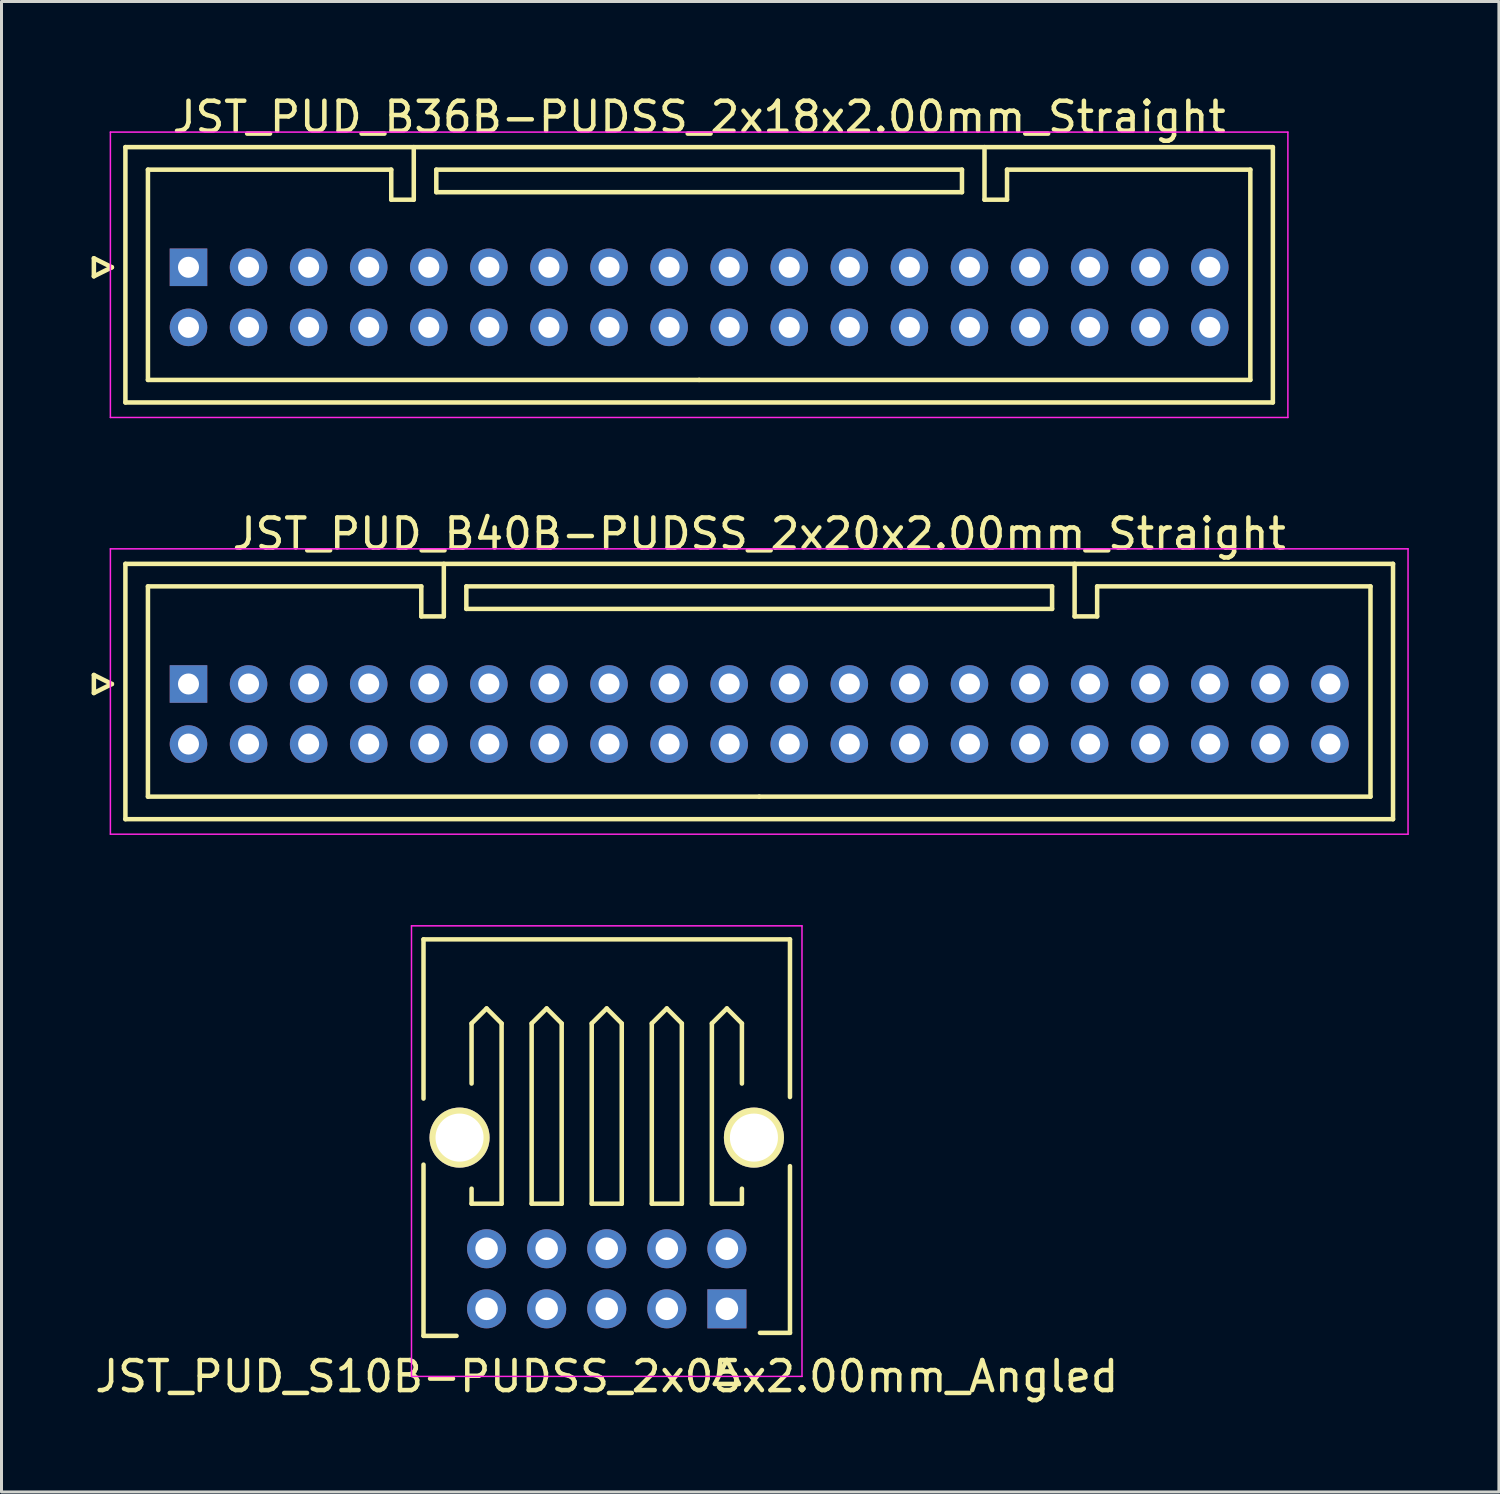
<source format=kicad_pcb>
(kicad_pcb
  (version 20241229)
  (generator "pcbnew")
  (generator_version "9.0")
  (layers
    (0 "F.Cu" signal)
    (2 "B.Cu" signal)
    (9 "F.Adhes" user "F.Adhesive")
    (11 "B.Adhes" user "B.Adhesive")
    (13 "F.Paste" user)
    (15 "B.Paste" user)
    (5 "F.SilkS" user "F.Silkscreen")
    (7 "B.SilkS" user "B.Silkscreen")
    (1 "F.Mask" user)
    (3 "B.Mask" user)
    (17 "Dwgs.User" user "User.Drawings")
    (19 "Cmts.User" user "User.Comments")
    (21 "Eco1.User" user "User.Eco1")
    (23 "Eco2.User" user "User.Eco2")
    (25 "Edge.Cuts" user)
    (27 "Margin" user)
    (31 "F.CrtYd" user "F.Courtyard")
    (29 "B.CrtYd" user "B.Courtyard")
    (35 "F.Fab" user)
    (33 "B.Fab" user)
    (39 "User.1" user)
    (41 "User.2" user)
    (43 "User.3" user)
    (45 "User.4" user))
  (footprint "JST_PUD_B40B-PUDSS_2x20x2.00mm_Straight"
    (layer "F.Cu")
    (at 3.225 19.721)
    (property "Reference" "JST_PUD_B40B-PUDSS_2x20x2.00mm_Straight" (at 19 -5 0) (layer "F.SilkS") (effects (font (size 1 1) (thickness 0.15))))
    (attr through_hole)
    (fp_line (start -3.15 -0.3) (end -3.15 0.3) (stroke (width 0.15) (type solid)) (layer "F.SilkS"))
    (fp_line (start -3.15 0.3) (end -2.55 0) (stroke (width 0.15) (type solid)) (layer "F.SilkS"))
    (fp_line (start -2.55 0) (end -3.15 -0.3) (stroke (width 0.15) (type solid)) (layer "F.SilkS"))
    (fp_line (start -2.1 -4) (end -2.1 4.5) (stroke (width 0.15) (type solid)) (layer "F.SilkS"))
    (fp_line (start -2.1 4.5) (end 40.1 4.5) (stroke (width 0.15) (type solid)) (layer "F.SilkS"))
    (fp_line (start -1.35 -3.25) (end -1.35 3.75) (stroke (width 0.15) (type solid)) (layer "F.SilkS"))
    (fp_line (start -1.35 3.75) (end 19 3.75) (stroke (width 0.15) (type solid)) (layer "F.SilkS"))
    (fp_line (start 7.75 -3.25) (end -1.35 -3.25) (stroke (width 0.15) (type solid)) (layer "F.SilkS"))
    (fp_line (start 7.75 -2.25) (end 7.75 -3.25) (stroke (width 0.15) (type solid)) (layer "F.SilkS"))
    (fp_line (start 8.5 -4) (end 8.5 -2.25) (stroke (width 0.15) (type solid)) (layer "F.SilkS"))
    (fp_line (start 8.5 -2.25) (end 7.75 -2.25) (stroke (width 0.15) (type solid)) (layer "F.SilkS"))
    (fp_line (start 9.25 -3.25) (end 9.25 -2.5) (stroke (width 0.15) (type solid)) (layer "F.SilkS"))
    (fp_line (start 9.25 -2.5) (end 28.75 -2.5) (stroke (width 0.15) (type solid)) (layer "F.SilkS"))
    (fp_line (start 28.75 -3.25) (end 9.25 -3.25) (stroke (width 0.15) (type solid)) (layer "F.SilkS"))
    (fp_line (start 28.75 -2.5) (end 28.75 -3.25) (stroke (width 0.15) (type solid)) (layer "F.SilkS"))
    (fp_line (start 29.5 -4) (end 29.5 -2.25) (stroke (width 0.15) (type solid)) (layer "F.SilkS"))
    (fp_line (start 29.5 -2.25) (end 30.25 -2.25) (stroke (width 0.15) (type solid)) (layer "F.SilkS"))
    (fp_line (start 30.25 -3.25) (end 39.35 -3.25) (stroke (width 0.15) (type solid)) (layer "F.SilkS"))
    (fp_line (start 30.25 -2.25) (end 30.25 -3.25) (stroke (width 0.15) (type solid)) (layer "F.SilkS"))
    (fp_line (start 39.35 -3.25) (end 39.35 3.75) (stroke (width 0.15) (type solid)) (layer "F.SilkS"))
    (fp_line (start 39.35 3.75) (end 19 3.75) (stroke (width 0.15) (type solid)) (layer "F.SilkS"))
    (fp_line (start 40.1 -4) (end -2.1 -4) (stroke (width 0.15) (type solid)) (layer "F.SilkS"))
    (fp_line (start 40.1 4.5) (end 40.1 -4) (stroke (width 0.15) (type solid)) (layer "F.SilkS"))
    (fp_line (start -2.6 -4.5) (end -2.6 5) (stroke (width 0.05) (type solid)) (layer "F.CrtYd"))
    (fp_line (start -2.6 5) (end 40.6 5) (stroke (width 0.05) (type solid)) (layer "F.CrtYd"))
    (fp_line (start 40.6 -4.5) (end -2.6 -4.5) (stroke (width 0.05) (type solid)) (layer "F.CrtYd"))
    (fp_line (start 40.6 5) (end 40.6 -4.5) (stroke (width 0.05) (type solid)) (layer "F.CrtYd"))
    (pad "1" thru_hole rect (at 0 0) (size 1.25 1.25) (drill 0.7) (layers "*.Cu" "*.Mask"))
    (pad "2" thru_hole circle (at 0 2) (size 1.25 1.25) (drill 0.7) (layers "*.Cu" "*.Mask"))
    (pad "3" thru_hole circle (at 2 0) (size 1.25 1.25) (drill 0.7) (layers "*.Cu" "*.Mask"))
    (pad "4" thru_hole circle (at 2 2) (size 1.25 1.25) (drill 0.7) (layers "*.Cu" "*.Mask"))
    (pad "5" thru_hole circle (at 4 0) (size 1.25 1.25) (drill 0.7) (layers "*.Cu" "*.Mask"))
    (pad "6" thru_hole circle (at 4 2) (size 1.25 1.25) (drill 0.7) (layers "*.Cu" "*.Mask"))
    (pad "7" thru_hole circle (at 6 0) (size 1.25 1.25) (drill 0.7) (layers "*.Cu" "*.Mask"))
    (pad "8" thru_hole circle (at 6 2) (size 1.25 1.25) (drill 0.7) (layers "*.Cu" "*.Mask"))
    (pad "9" thru_hole circle (at 8 0) (size 1.25 1.25) (drill 0.7) (layers "*.Cu" "*.Mask"))
    (pad "10" thru_hole circle (at 8 2) (size 1.25 1.25) (drill 0.7) (layers "*.Cu" "*.Mask"))
    (pad "11" thru_hole circle (at 10 0) (size 1.25 1.25) (drill 0.7) (layers "*.Cu" "*.Mask"))
    (pad "12" thru_hole circle (at 10 2) (size 1.25 1.25) (drill 0.7) (layers "*.Cu" "*.Mask"))
    (pad "13" thru_hole circle (at 12 0) (size 1.25 1.25) (drill 0.7) (layers "*.Cu" "*.Mask"))
    (pad "14" thru_hole circle (at 12 2) (size 1.25 1.25) (drill 0.7) (layers "*.Cu" "*.Mask"))
    (pad "15" thru_hole circle (at 14 0) (size 1.25 1.25) (drill 0.7) (layers "*.Cu" "*.Mask"))
    (pad "16" thru_hole circle (at 14 2) (size 1.25 1.25) (drill 0.7) (layers "*.Cu" "*.Mask"))
    (pad "17" thru_hole circle (at 16 0) (size 1.25 1.25) (drill 0.7) (layers "*.Cu" "*.Mask"))
    (pad "18" thru_hole circle (at 16 2) (size 1.25 1.25) (drill 0.7) (layers "*.Cu" "*.Mask"))
    (pad "19" thru_hole circle (at 18 0) (size 1.25 1.25) (drill 0.7) (layers "*.Cu" "*.Mask"))
    (pad "20" thru_hole circle (at 18 2) (size 1.25 1.25) (drill 0.7) (layers "*.Cu" "*.Mask"))
    (pad "21" thru_hole circle (at 20 0) (size 1.25 1.25) (drill 0.7) (layers "*.Cu" "*.Mask"))
    (pad "22" thru_hole circle (at 20 2) (size 1.25 1.25) (drill 0.7) (layers "*.Cu" "*.Mask"))
    (pad "23" thru_hole circle (at 22 0) (size 1.25 1.25) (drill 0.7) (layers "*.Cu" "*.Mask"))
    (pad "24" thru_hole circle (at 22 2) (size 1.25 1.25) (drill 0.7) (layers "*.Cu" "*.Mask"))
    (pad "25" thru_hole circle (at 24 0) (size 1.25 1.25) (drill 0.7) (layers "*.Cu" "*.Mask"))
    (pad "26" thru_hole circle (at 24 2) (size 1.25 1.25) (drill 0.7) (layers "*.Cu" "*.Mask"))
    (pad "27" thru_hole circle (at 26 0) (size 1.25 1.25) (drill 0.7) (layers "*.Cu" "*.Mask"))
    (pad "28" thru_hole circle (at 26 2) (size 1.25 1.25) (drill 0.7) (layers "*.Cu" "*.Mask"))
    (pad "29" thru_hole circle (at 28 0) (size 1.25 1.25) (drill 0.7) (layers "*.Cu" "*.Mask"))
    (pad "30" thru_hole circle (at 28 2) (size 1.25 1.25) (drill 0.7) (layers "*.Cu" "*.Mask"))
    (pad "31" thru_hole circle (at 30 0) (size 1.25 1.25) (drill 0.7) (layers "*.Cu" "*.Mask"))
    (pad "32" thru_hole circle (at 30 2) (size 1.25 1.25) (drill 0.7) (layers "*.Cu" "*.Mask"))
    (pad "33" thru_hole circle (at 32 0) (size 1.25 1.25) (drill 0.7) (layers "*.Cu" "*.Mask"))
    (pad "34" thru_hole circle (at 32 2) (size 1.25 1.25) (drill 0.7) (layers "*.Cu" "*.Mask"))
    (pad "35" thru_hole circle (at 34 0) (size 1.25 1.25) (drill 0.7) (layers "*.Cu" "*.Mask"))
    (pad "36" thru_hole circle (at 34 2) (size 1.25 1.25) (drill 0.7) (layers "*.Cu" "*.Mask"))
    (pad "37" thru_hole circle (at 36 0) (size 1.25 1.25) (drill 0.7) (layers "*.Cu" "*.Mask"))
    (pad "38" thru_hole circle (at 36 2) (size 1.25 1.25) (drill 0.7) (layers "*.Cu" "*.Mask"))
    (pad "39" thru_hole circle (at 38 0) (size 1.25 1.25) (drill 0.7) (layers "*.Cu" "*.Mask"))
    (pad "40" thru_hole circle (at 38 2) (size 1.25 1.25) (drill 0.7) (layers "*.Cu" "*.Mask")))
  (footprint "JST_PUD_B36B-PUDSS_2x18x2.00mm_Straight"
    (layer "F.Cu")
    (at 3.225 5.848)
    (property "Reference" "JST_PUD_B36B-PUDSS_2x18x2.00mm_Straight" (at 17 -5 0) (layer "F.SilkS") (effects (font (size 1 1) (thickness 0.15))))
    (attr through_hole)
    (fp_line (start -3.15 -0.3) (end -3.15 0.3) (stroke (width 0.15) (type solid)) (layer "F.SilkS"))
    (fp_line (start -3.15 0.3) (end -2.55 0) (stroke (width 0.15) (type solid)) (layer "F.SilkS"))
    (fp_line (start -2.55 0) (end -3.15 -0.3) (stroke (width 0.15) (type solid)) (layer "F.SilkS"))
    (fp_line (start -2.1 -4) (end -2.1 4.5) (stroke (width 0.15) (type solid)) (layer "F.SilkS"))
    (fp_line (start -2.1 4.5) (end 36.1 4.5) (stroke (width 0.15) (type solid)) (layer "F.SilkS"))
    (fp_line (start -1.35 -3.25) (end -1.35 3.75) (stroke (width 0.15) (type solid)) (layer "F.SilkS"))
    (fp_line (start -1.35 3.75) (end 17 3.75) (stroke (width 0.15) (type solid)) (layer "F.SilkS"))
    (fp_line (start 6.75 -3.25) (end -1.35 -3.25) (stroke (width 0.15) (type solid)) (layer "F.SilkS"))
    (fp_line (start 6.75 -2.25) (end 6.75 -3.25) (stroke (width 0.15) (type solid)) (layer "F.SilkS"))
    (fp_line (start 7.5 -4) (end 7.5 -2.25) (stroke (width 0.15) (type solid)) (layer "F.SilkS"))
    (fp_line (start 7.5 -2.25) (end 6.75 -2.25) (stroke (width 0.15) (type solid)) (layer "F.SilkS"))
    (fp_line (start 8.25 -3.25) (end 8.25 -2.5) (stroke (width 0.15) (type solid)) (layer "F.SilkS"))
    (fp_line (start 8.25 -2.5) (end 25.75 -2.5) (stroke (width 0.15) (type solid)) (layer "F.SilkS"))
    (fp_line (start 25.75 -3.25) (end 8.25 -3.25) (stroke (width 0.15) (type solid)) (layer "F.SilkS"))
    (fp_line (start 25.75 -2.5) (end 25.75 -3.25) (stroke (width 0.15) (type solid)) (layer "F.SilkS"))
    (fp_line (start 26.5 -4) (end 26.5 -2.25) (stroke (width 0.15) (type solid)) (layer "F.SilkS"))
    (fp_line (start 26.5 -2.25) (end 27.25 -2.25) (stroke (width 0.15) (type solid)) (layer "F.SilkS"))
    (fp_line (start 27.25 -3.25) (end 35.35 -3.25) (stroke (width 0.15) (type solid)) (layer "F.SilkS"))
    (fp_line (start 27.25 -2.25) (end 27.25 -3.25) (stroke (width 0.15) (type solid)) (layer "F.SilkS"))
    (fp_line (start 35.35 -3.25) (end 35.35 3.75) (stroke (width 0.15) (type solid)) (layer "F.SilkS"))
    (fp_line (start 35.35 3.75) (end 17 3.75) (stroke (width 0.15) (type solid)) (layer "F.SilkS"))
    (fp_line (start 36.1 -4) (end -2.1 -4) (stroke (width 0.15) (type solid)) (layer "F.SilkS"))
    (fp_line (start 36.1 4.5) (end 36.1 -4) (stroke (width 0.15) (type solid)) (layer "F.SilkS"))
    (fp_line (start -2.6 -4.5) (end -2.6 5) (stroke (width 0.05) (type solid)) (layer "F.CrtYd"))
    (fp_line (start -2.6 5) (end 36.6 5) (stroke (width 0.05) (type solid)) (layer "F.CrtYd"))
    (fp_line (start 36.6 -4.5) (end -2.6 -4.5) (stroke (width 0.05) (type solid)) (layer "F.CrtYd"))
    (fp_line (start 36.6 5) (end 36.6 -4.5) (stroke (width 0.05) (type solid)) (layer "F.CrtYd"))
    (pad "1" thru_hole rect (at 0 0) (size 1.25 1.25) (drill 0.7) (layers "*.Cu" "*.Mask"))
    (pad "2" thru_hole circle (at 0 2) (size 1.25 1.25) (drill 0.7) (layers "*.Cu" "*.Mask"))
    (pad "3" thru_hole circle (at 2 0) (size 1.25 1.25) (drill 0.7) (layers "*.Cu" "*.Mask"))
    (pad "4" thru_hole circle (at 2 2) (size 1.25 1.25) (drill 0.7) (layers "*.Cu" "*.Mask"))
    (pad "5" thru_hole circle (at 4 0) (size 1.25 1.25) (drill 0.7) (layers "*.Cu" "*.Mask"))
    (pad "6" thru_hole circle (at 4 2) (size 1.25 1.25) (drill 0.7) (layers "*.Cu" "*.Mask"))
    (pad "7" thru_hole circle (at 6 0) (size 1.25 1.25) (drill 0.7) (layers "*.Cu" "*.Mask"))
    (pad "8" thru_hole circle (at 6 2) (size 1.25 1.25) (drill 0.7) (layers "*.Cu" "*.Mask"))
    (pad "9" thru_hole circle (at 8 0) (size 1.25 1.25) (drill 0.7) (layers "*.Cu" "*.Mask"))
    (pad "10" thru_hole circle (at 8 2) (size 1.25 1.25) (drill 0.7) (layers "*.Cu" "*.Mask"))
    (pad "11" thru_hole circle (at 10 0) (size 1.25 1.25) (drill 0.7) (layers "*.Cu" "*.Mask"))
    (pad "12" thru_hole circle (at 10 2) (size 1.25 1.25) (drill 0.7) (layers "*.Cu" "*.Mask"))
    (pad "13" thru_hole circle (at 12 0) (size 1.25 1.25) (drill 0.7) (layers "*.Cu" "*.Mask"))
    (pad "14" thru_hole circle (at 12 2) (size 1.25 1.25) (drill 0.7) (layers "*.Cu" "*.Mask"))
    (pad "15" thru_hole circle (at 14 0) (size 1.25 1.25) (drill 0.7) (layers "*.Cu" "*.Mask"))
    (pad "16" thru_hole circle (at 14 2) (size 1.25 1.25) (drill 0.7) (layers "*.Cu" "*.Mask"))
    (pad "17" thru_hole circle (at 16 0) (size 1.25 1.25) (drill 0.7) (layers "*.Cu" "*.Mask"))
    (pad "18" thru_hole circle (at 16 2) (size 1.25 1.25) (drill 0.7) (layers "*.Cu" "*.Mask"))
    (pad "19" thru_hole circle (at 18 0) (size 1.25 1.25) (drill 0.7) (layers "*.Cu" "*.Mask"))
    (pad "20" thru_hole circle (at 18 2) (size 1.25 1.25) (drill 0.7) (layers "*.Cu" "*.Mask"))
    (pad "21" thru_hole circle (at 20 0) (size 1.25 1.25) (drill 0.7) (layers "*.Cu" "*.Mask"))
    (pad "22" thru_hole circle (at 20 2) (size 1.25 1.25) (drill 0.7) (layers "*.Cu" "*.Mask"))
    (pad "23" thru_hole circle (at 22 0) (size 1.25 1.25) (drill 0.7) (layers "*.Cu" "*.Mask"))
    (pad "24" thru_hole circle (at 22 2) (size 1.25 1.25) (drill 0.7) (layers "*.Cu" "*.Mask"))
    (pad "25" thru_hole circle (at 24 0) (size 1.25 1.25) (drill 0.7) (layers "*.Cu" "*.Mask"))
    (pad "26" thru_hole circle (at 24 2) (size 1.25 1.25) (drill 0.7) (layers "*.Cu" "*.Mask"))
    (pad "27" thru_hole circle (at 26 0) (size 1.25 1.25) (drill 0.7) (layers "*.Cu" "*.Mask"))
    (pad "28" thru_hole circle (at 26 2) (size 1.25 1.25) (drill 0.7) (layers "*.Cu" "*.Mask"))
    (pad "29" thru_hole circle (at 28 0) (size 1.25 1.25) (drill 0.7) (layers "*.Cu" "*.Mask"))
    (pad "30" thru_hole circle (at 28 2) (size 1.25 1.25) (drill 0.7) (layers "*.Cu" "*.Mask"))
    (pad "31" thru_hole circle (at 30 0) (size 1.25 1.25) (drill 0.7) (layers "*.Cu" "*.Mask"))
    (pad "32" thru_hole circle (at 30 2) (size 1.25 1.25) (drill 0.7) (layers "*.Cu" "*.Mask"))
    (pad "33" thru_hole circle (at 32 0) (size 1.25 1.25) (drill 0.7) (layers "*.Cu" "*.Mask"))
    (pad "34" thru_hole circle (at 32 2) (size 1.25 1.25) (drill 0.7) (layers "*.Cu" "*.Mask"))
    (pad "35" thru_hole circle (at 34 0) (size 1.25 1.25) (drill 0.7) (layers "*.Cu" "*.Mask"))
    (pad "36" thru_hole circle (at 34 2) (size 1.25 1.25) (drill 0.7) (layers "*.Cu" "*.Mask")))
  (footprint "JST_PUD_S10B-PUDSS_2x05x2.00mm_Angled"
    (layer "F.Cu")
    (at 21.149 40.522)
    (property "Reference" "JST_PUD_S10B-PUDSS_2x05x2.00mm_Angled" (at -4 2.25 0) (layer "F.SilkS") (effects (font (size 1 1) (thickness 0.15))))
    (attr through_hole)
    (fp_line (start -10.1 -12.3) (end -10.1 -7) (stroke (width 0.15) (type solid)) (layer "F.SilkS"))
    (fp_line (start -10.1 -4.8) (end -10.1 0.9) (stroke (width 0.15) (type solid)) (layer "F.SilkS"))
    (fp_line (start -10.1 0.9) (end -9 0.9) (stroke (width 0.15) (type solid)) (layer "F.SilkS"))
    (fp_line (start -8.5 -9.5) (end -8 -10) (stroke (width 0.15) (type solid)) (layer "F.SilkS"))
    (fp_line (start -8.5 -7.5) (end -8.5 -9.5) (stroke (width 0.15) (type solid)) (layer "F.SilkS"))
    (fp_line (start -8.5 -3.5) (end -8.5 -4) (stroke (width 0.15) (type solid)) (layer "F.SilkS"))
    (fp_line (start -8 -10) (end -7.5 -9.5) (stroke (width 0.15) (type solid)) (layer "F.SilkS"))
    (fp_line (start -7.5 -9.5) (end -7.5 -3.5) (stroke (width 0.15) (type solid)) (layer "F.SilkS"))
    (fp_line (start -7.5 -3.5) (end -8.5 -3.5) (stroke (width 0.15) (type solid)) (layer "F.SilkS"))
    (fp_line (start -6.5 -9.5) (end -6 -10) (stroke (width 0.15) (type solid)) (layer "F.SilkS"))
    (fp_line (start -6.5 -3.5) (end -6.5 -9.5) (stroke (width 0.15) (type solid)) (layer "F.SilkS"))
    (fp_line (start -6 -10) (end -5.5 -9.5) (stroke (width 0.15) (type solid)) (layer "F.SilkS"))
    (fp_line (start -5.5 -9.5) (end -5.5 -3.5) (stroke (width 0.15) (type solid)) (layer "F.SilkS"))
    (fp_line (start -5.5 -3.5) (end -6.5 -3.5) (stroke (width 0.15) (type solid)) (layer "F.SilkS"))
    (fp_line (start -4.5 -9.5) (end -4 -10) (stroke (width 0.15) (type solid)) (layer "F.SilkS"))
    (fp_line (start -4.5 -3.5) (end -4.5 -9.5) (stroke (width 0.15) (type solid)) (layer "F.SilkS"))
    (fp_line (start -4 -10) (end -3.5 -9.5) (stroke (width 0.15) (type solid)) (layer "F.SilkS"))
    (fp_line (start -3.5 -9.5) (end -3.5 -3.5) (stroke (width 0.15) (type solid)) (layer "F.SilkS"))
    (fp_line (start -3.5 -3.5) (end -4.5 -3.5) (stroke (width 0.15) (type solid)) (layer "F.SilkS"))
    (fp_line (start -2.5 -9.5) (end -2 -10) (stroke (width 0.15) (type solid)) (layer "F.SilkS"))
    (fp_line (start -2.5 -3.5) (end -2.5 -9.5) (stroke (width 0.15) (type solid)) (layer "F.SilkS"))
    (fp_line (start -2 -10) (end -1.5 -9.5) (stroke (width 0.15) (type solid)) (layer "F.SilkS"))
    (fp_line (start -1.5 -9.5) (end -1.5 -3.5) (stroke (width 0.15) (type solid)) (layer "F.SilkS"))
    (fp_line (start -1.5 -3.5) (end -2.5 -3.5) (stroke (width 0.15) (type solid)) (layer "F.SilkS"))
    (fp_line (start -0.5 -9.5) (end 0 -10) (stroke (width 0.15) (type solid)) (layer "F.SilkS"))
    (fp_line (start -0.5 -3.5) (end -0.5 -9.5) (stroke (width 0.15) (type solid)) (layer "F.SilkS"))
    (fp_line (start -0.4 2.5) (end 0 1.7) (stroke (width 0.15) (type solid)) (layer "F.SilkS"))
    (fp_line (start 0 -10) (end 0.5 -9.5) (stroke (width 0.15) (type solid)) (layer "F.SilkS"))
    (fp_line (start 0 1.7) (end 0.4 2.5) (stroke (width 0.15) (type solid)) (layer "F.SilkS"))
    (fp_line (start 0.4 2.5) (end -0.4 2.5) (stroke (width 0.15) (type solid)) (layer "F.SilkS"))
    (fp_line (start 0.5 -9.5) (end 0.5 -7.5) (stroke (width 0.15) (type solid)) (layer "F.SilkS"))
    (fp_line (start 0.5 -4) (end 0.5 -3.5) (stroke (width 0.15) (type solid)) (layer "F.SilkS"))
    (fp_line (start 0.5 -3.5) (end -0.5 -3.5) (stroke (width 0.15) (type solid)) (layer "F.SilkS"))
    (fp_line (start 1.1 0.8) (end 2.1 0.8) (stroke (width 0.15) (type solid)) (layer "F.SilkS"))
    (fp_line (start 2.1 -12.3) (end -10.1 -12.3) (stroke (width 0.15) (type solid)) (layer "F.SilkS"))
    (fp_line (start 2.1 -12.3) (end 2.1 -7.05) (stroke (width 0.15) (type solid)) (layer "F.SilkS"))
    (fp_line (start 2.1 0.8) (end 2.1 -4.75) (stroke (width 0.15) (type solid)) (layer "F.SilkS"))
    (fp_line (start -10.5 -12.75) (end 2.5 -12.75) (stroke (width 0.05) (type solid)) (layer "F.CrtYd"))
    (fp_line (start -10.5 2.25) (end -10.5 -12.75) (stroke (width 0.05) (type solid)) (layer "F.CrtYd"))
    (fp_line (start 2.5 -12.75) (end 2.5 2.25) (stroke (width 0.05) (type solid)) (layer "F.CrtYd"))
    (fp_line (start 2.5 2.25) (end -10.5 2.25) (stroke (width 0.05) (type solid)) (layer "F.CrtYd"))
    (pad "" np_thru_hole circle (at -8.9 -5.7) (size 2 2) (drill 1.6) (layers "*.Cu" "*.Mask" "F.SilkS"))
    (pad "" np_thru_hole circle (at 0.9 -5.7) (size 2 2) (drill 1.6) (layers "*.Cu" "*.Mask" "F.SilkS"))
    (pad "1" thru_hole rect (at 0 0) (size 1.3 1.3) (drill 0.75) (layers "*.Cu" "*.Mask"))
    (pad "2" thru_hole circle (at 0 -2) (size 1.3 1.3) (drill 0.75) (layers "*.Cu" "*.Mask"))
    (pad "3" thru_hole circle (at -2 0) (size 1.3 1.3) (drill 0.75) (layers "*.Cu" "*.Mask"))
    (pad "4" thru_hole circle (at -2 -2) (size 1.3 1.3) (drill 0.75) (layers "*.Cu" "*.Mask"))
    (pad "5" thru_hole circle (at -4 0) (size 1.3 1.3) (drill 0.75) (layers "*.Cu" "*.Mask"))
    (pad "6" thru_hole circle (at -4 -2) (size 1.3 1.3) (drill 0.75) (layers "*.Cu" "*.Mask"))
    (pad "7" thru_hole circle (at -6 0) (size 1.3 1.3) (drill 0.75) (layers "*.Cu" "*.Mask"))
    (pad "8" thru_hole circle (at -6 -2) (size 1.3 1.3) (drill 0.75) (layers "*.Cu" "*.Mask"))
    (pad "9" thru_hole circle (at -8 0) (size 1.3 1.3) (drill 0.75) (layers "*.Cu" "*.Mask"))
    (pad "10" thru_hole circle (at -8 -2) (size 1.3 1.3) (drill 0.75) (layers "*.Cu" "*.Mask")))
  (gr_rect
    (start -3 -3)
    (end 46.85 46.62)
    (stroke (width 0.1) (type default))
    (fill no)
    (layer "Edge.Cuts")))
</source>
